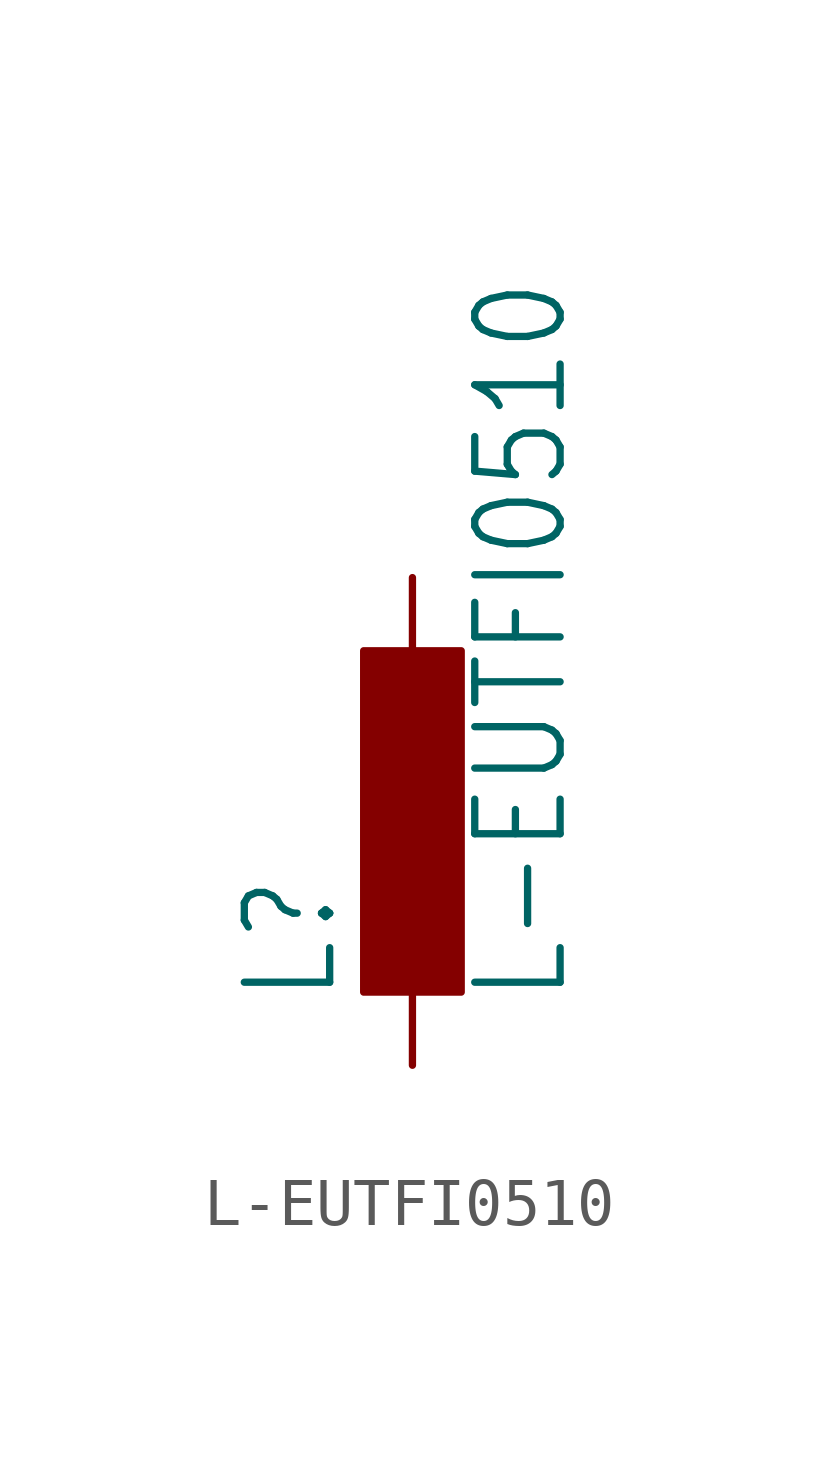
<source format=kicad_sym>
(kicad_symbol_lib
  (version 20211014)
  (generator kicad_symbol_editor)
  (symbol "L-EUTFI0510"
    (property "Reference" "L"
      (at -1.499 -3.81 90)
      (effects (font (size 1.778 1.511)) (justify left bottom)))
    (property "Value" "L-EUTFI0510"
      (at 3.302 -3.81 90)
      (effects (font (size 1.778 1.511)) (justify left bottom)))
    (property "ki_locked" ""
      (at 0 0 0)
      (effects (font (size 1.27 1.27))))
    (symbol "L-EUTFI0510_1_0"
      (rectangle (start -1.016 -3.556) (end 1.016 3.556) (stroke (width 0) (type default) (color 0 0 0 0)) (fill (type outline)))
      (pin passive line (at 0 5.08 270) (length 2.54) (name "1" (effects (font (size 0 0)))) (number "1" (effects (font (size 0 0)))))
      (pin passive line (at 0 -5.08 90) (length 2.54) (name "2" (effects (font (size 0 0)))) (number "2" (effects (font (size 0 0))))))))
</source>
